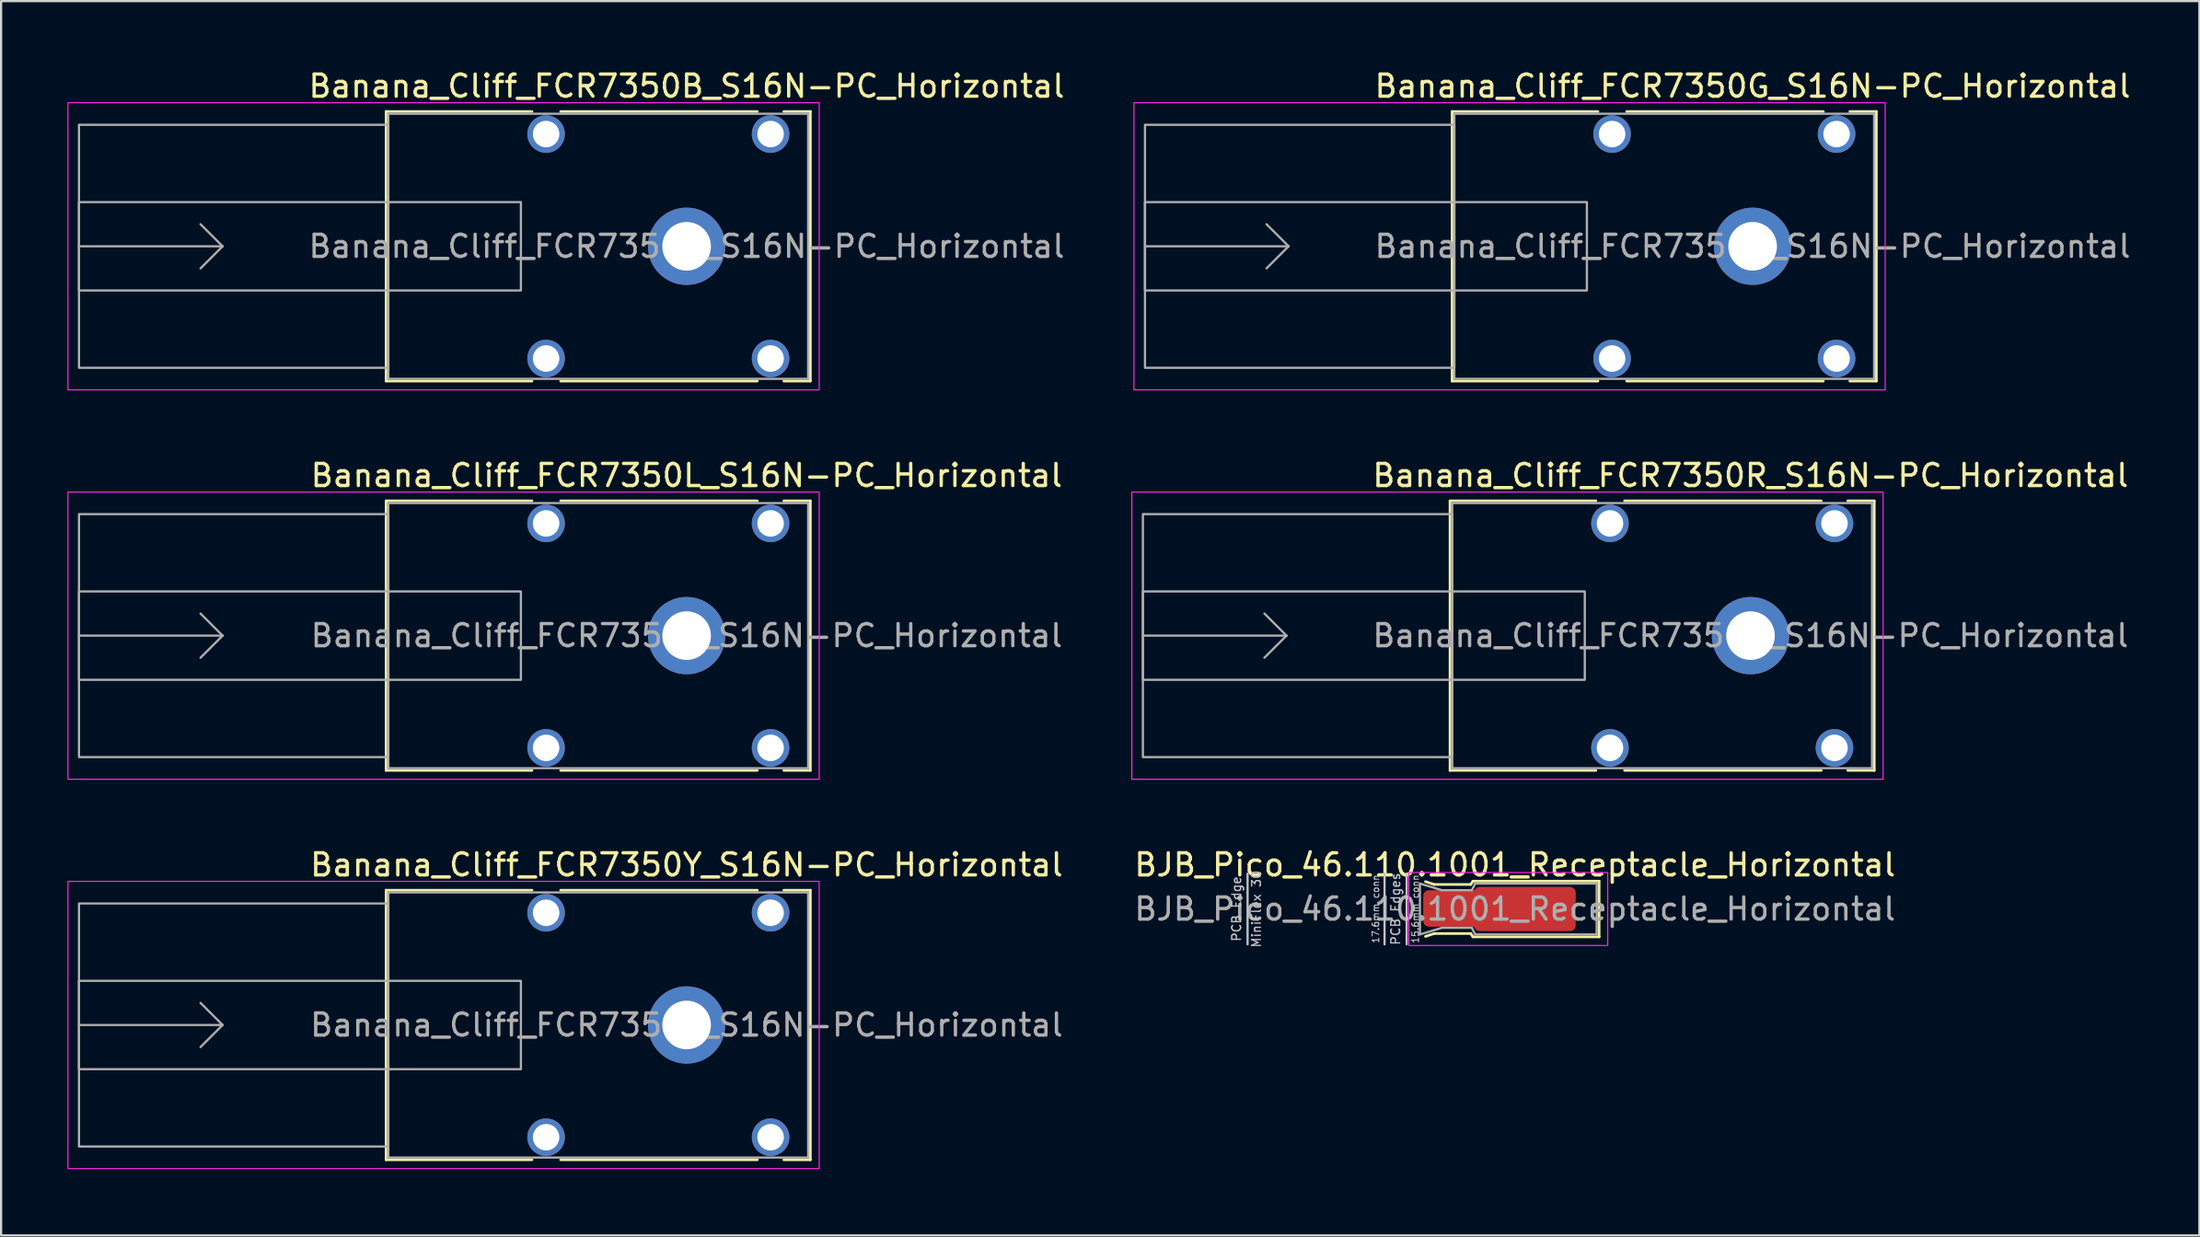
<source format=kicad_pcb>
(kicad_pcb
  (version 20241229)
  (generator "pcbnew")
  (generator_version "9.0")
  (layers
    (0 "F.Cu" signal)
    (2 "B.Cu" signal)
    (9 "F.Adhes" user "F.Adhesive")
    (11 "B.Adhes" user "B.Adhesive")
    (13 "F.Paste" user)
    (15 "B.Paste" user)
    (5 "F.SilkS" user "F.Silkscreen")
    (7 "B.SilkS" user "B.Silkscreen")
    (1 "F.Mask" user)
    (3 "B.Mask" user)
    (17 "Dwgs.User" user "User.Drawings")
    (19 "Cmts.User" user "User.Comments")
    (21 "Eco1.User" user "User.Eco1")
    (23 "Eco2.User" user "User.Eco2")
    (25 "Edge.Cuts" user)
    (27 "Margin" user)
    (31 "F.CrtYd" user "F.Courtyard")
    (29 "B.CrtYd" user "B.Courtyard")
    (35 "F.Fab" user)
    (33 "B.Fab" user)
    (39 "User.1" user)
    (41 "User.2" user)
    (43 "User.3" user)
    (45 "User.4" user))
  (footprint "Banana_Cliff_FCR7350R_S16N-PC_Horizontal"
    (layer "F.Cu")
    (at 76.175 25.721)
    (property "Reference" "Banana_Cliff_FCR7350R_S16N-PC_Horizontal" (at 0 -7.25 0) (layer "F.SilkS") (effects (font (size 1 1) (thickness 0.15))))
    (attr through_hole)
    (fp_line (start -13.6 -6.1) (end -13.6 6.1) (stroke (width 0.12) (type solid)) (layer "F.SilkS"))
    (fp_line (start -13.6 6.1) (end -7 6.1) (stroke (width 0.12) (type solid)) (layer "F.SilkS"))
    (fp_line (start -7 -6.1) (end -13.6 -6.1) (stroke (width 0.12) (type solid)) (layer "F.SilkS"))
    (fp_line (start -5.7 6.1) (end 3.2 6.1) (stroke (width 0.12) (type solid)) (layer "F.SilkS"))
    (fp_line (start 3.2 -6.1) (end -5.7 -6.1) (stroke (width 0.12) (type solid)) (layer "F.SilkS"))
    (fp_line (start 4.4 6.1) (end 5.6 6.1) (stroke (width 0.12) (type solid)) (layer "F.SilkS"))
    (fp_line (start 5.6 -6.1) (end 4.4 -6.1) (stroke (width 0.12) (type solid)) (layer "F.SilkS"))
    (fp_line (start 5.6 6.1) (end 5.6 -6.1) (stroke (width 0.12) (type solid)) (layer "F.SilkS"))
    (fp_rect (start 6 6.5) (end -28 -6.5) (stroke (width 0.05) (type solid)) (fill no) (layer "F.CrtYd"))
    (fp_line (start -27.5 0) (end -21 0) (stroke (width 0.1) (type solid)) (layer "F.Fab"))
    (fp_line (start -21 0) (end -22 -1) (stroke (width 0.1) (type solid)) (layer "F.Fab"))
    (fp_line (start -21 0) (end -22 1) (stroke (width 0.1) (type solid)) (layer "F.Fab"))
    (fp_rect (start -27.5 -2) (end -7.5 2) (stroke (width 0.1) (type solid)) (fill no) (layer "F.Fab"))
    (fp_rect (start -13.5 -6) (end 5.5 6) (stroke (width 0.1) (type solid)) (fill no) (layer "F.Fab"))
    (fp_rect (start -13.5 -5.5) (end -27.5 5.5) (stroke (width 0.1) (type solid)) (fill no) (layer "F.Fab"))
    (fp_text user "${REFERENCE}" (at 0 0 0) (layer "F.Fab") (effects (font (size 1 1) (thickness 0.15))))
    (pad "" np_thru_hole circle (at -6.36 -5.08) (size 1.7 1.7) (drill 1.2) (layers "*.Cu" "*.Mask"))
    (pad "" np_thru_hole circle (at -6.36 5.08) (size 1.7 1.7) (drill 1.2) (layers "*.Cu" "*.Mask"))
    (pad "" np_thru_hole circle (at 3.8 -5.08) (size 1.7 1.7) (drill 1.2) (layers "*.Cu" "*.Mask"))
    (pad "" np_thru_hole circle (at 3.8 5.08) (size 1.7 1.7) (drill 1.2) (layers "*.Cu" "*.Mask"))
    (pad "1" thru_hole circle (at 0 0) (size 3.5 3.5) (drill 2.2) (layers "*.Cu" "*.Mask")))
  (footprint "BJB_Pico_46.110.1001_Receptacle_Horizontal"
    (layer "F.Cu")
    (at 65.513 38.095)
    (property "Reference" "BJB_Pico_46.110.1001_Receptacle_Horizontal" (at 0 -2 0) (layer "F.SilkS") (effects (font (size 1 1) (thickness 0.15))))
    (attr smd)
    (fp_line (start -4.05 -1.24) (end -3.65 -1.11) (stroke (width 0.12) (type default)) (layer "F.SilkS"))
    (fp_line (start -4.05 1.24) (end -3.65 1.11) (stroke (width 0.12) (type default)) (layer "F.SilkS"))
    (fp_line (start -3.65 -1.11) (end -2 -1.11) (stroke (width 0.12) (type default)) (layer "F.SilkS"))
    (fp_line (start -3.65 1.11) (end -2 1.11) (stroke (width 0.12) (type default)) (layer "F.SilkS"))
    (fp_line (start -2 -1.11) (end -1.9 -1.26) (stroke (width 0.12) (type default)) (layer "F.SilkS"))
    (fp_line (start -2 1.11) (end -1.9 1.26) (stroke (width 0.12) (type default)) (layer "F.SilkS"))
    (fp_line (start -1.9 -1.26) (end 3.81 -1.26) (stroke (width 0.12) (type default)) (layer "F.SilkS"))
    (fp_line (start -1.9 1.26) (end 3.81 1.26) (stroke (width 0.12) (type default)) (layer "F.SilkS"))
    (fp_line (start 3.81 -1.26) (end 3.81 1.26) (stroke (width 0.12) (type default)) (layer "F.SilkS"))
    (fp_line (start -12.1 -1.6) (end -12.1 1.6) (stroke (width 0.1) (type default)) (layer "Dwgs.User"))
    (fp_line (start -5.9 -1.6) (end -5.9 1.6) (stroke (width 0.1) (type default)) (layer "Dwgs.User"))
    (fp_line (start -4.9 -1.6) (end -4.9 1.6) (stroke (width 0.1) (type default)) (layer "Dwgs.User"))
    (fp_rect (start -4.8 -1.65) (end 4.2 1.65) (stroke (width 0.05) (type default)) (fill no) (layer "F.CrtYd"))
    (fp_line (start -4.3 -1.15) (end -3.3 -0.85) (stroke (width 0.1) (type default)) (layer "F.Fab"))
    (fp_line (start -4.3 1.15) (end -4.3 -1.15) (stroke (width 0.1) (type default)) (layer "F.Fab"))
    (fp_line (start -4.3 1.15) (end -3.3 0.85) (stroke (width 0.1) (type default)) (layer "F.Fab"))
    (fp_line (start -3.3 -0.85) (end -1.95 -0.85) (stroke (width 0.1) (type default)) (layer "F.Fab"))
    (fp_line (start -3.3 0.85) (end -1.95 0.85) (stroke (width 0.1) (type default)) (layer "F.Fab"))
    (fp_line (start -1.95 -0.85) (end -1.8 -1.15) (stroke (width 0.1) (type default)) (layer "F.Fab"))
    (fp_line (start -1.95 0.85) (end -1.8 1.15) (stroke (width 0.1) (type default)) (layer "F.Fab"))
    (fp_line (start -1.8 -1.15) (end 3.7 -1.15) (stroke (width 0.1) (type default)) (layer "F.Fab"))
    (fp_line (start -1.8 1.15) (end 3.7 1.15) (stroke (width 0.1) (type default)) (layer "F.Fab"))
    (fp_line (start 3.7 -1.15) (end 3.7 1.15) (stroke (width 0.1) (type default)) (layer "F.Fab"))
    (fp_text user "17.6mm conn" (at -6.3 0 90) (unlocked yes) (layer "Dwgs.User") (effects (font (size 0.3 0.3) (thickness 0.045))))
    (fp_text user "15.6mm conn" (at -4.5 0 90) (unlocked yes) (layer "Dwgs.User") (effects (font (size 0.3 0.3) (thickness 0.045))))
    (fp_text user "PCB Edges" (at -5.4 0 90) (unlocked yes) (layer "Dwgs.User") (effects (font (size 0.4 0.4) (thickness 0.06))))
    (fp_text user "PCB Edge" (at -12.6 0 90) (unlocked yes) (layer "Dwgs.User") (effects (font (size 0.4 0.4) (thickness 0.06))))
    (fp_text user "MiniFlex 30" (at -11.7 0 90) (unlocked yes) (layer "Dwgs.User") (effects (font (size 0.4 0.4) (thickness 0.06))))
    (fp_text user "${REFERENCE}" (at 0 0 0) (layer "F.Fab") (effects (font (size 1 1) (thickness 0.15))))
    (pad "" smd roundrect (at -3.1 -0.025) (size 2.1 1.65) (layers "F.Paste") (roundrect_rratio 0.152))
    (pad "" smd roundrect (at -0.7 0) (size 2.3 2) (layers "F.Paste") (roundrect_rratio 0.125))
    (pad "" smd roundrect (at 1.7 0) (size 2.1 2) (layers "F.Paste") (roundrect_rratio 0.125))
    (pad "1" smd roundrect (at -2.6 -0.025) (size 3.1 1.65) (layers "F.Cu" "F.Mask") (roundrect_rratio 0.152))
    (pad "1" smd roundrect (at 0.45 0) (size 4.6 2) (layers "F.Cu" "F.Mask") (roundrect_rratio 0.125)))
  (footprint "Banana_Cliff_FCR7350G_S16N-PC_Horizontal"
    (layer "F.Cu")
    (at 76.27 8.098)
    (property "Reference" "Banana_Cliff_FCR7350G_S16N-PC_Horizontal" (at 0 -7.25 0) (layer "F.SilkS") (effects (font (size 1 1) (thickness 0.15))))
    (attr through_hole)
    (fp_line (start -13.6 -6.1) (end -13.6 6.1) (stroke (width 0.12) (type solid)) (layer "F.SilkS"))
    (fp_line (start -13.6 6.1) (end -7 6.1) (stroke (width 0.12) (type solid)) (layer "F.SilkS"))
    (fp_line (start -7 -6.1) (end -13.6 -6.1) (stroke (width 0.12) (type solid)) (layer "F.SilkS"))
    (fp_line (start -5.7 6.1) (end 3.2 6.1) (stroke (width 0.12) (type solid)) (layer "F.SilkS"))
    (fp_line (start 3.2 -6.1) (end -5.7 -6.1) (stroke (width 0.12) (type solid)) (layer "F.SilkS"))
    (fp_line (start 4.4 6.1) (end 5.6 6.1) (stroke (width 0.12) (type solid)) (layer "F.SilkS"))
    (fp_line (start 5.6 -6.1) (end 4.4 -6.1) (stroke (width 0.12) (type solid)) (layer "F.SilkS"))
    (fp_line (start 5.6 6.1) (end 5.6 -6.1) (stroke (width 0.12) (type solid)) (layer "F.SilkS"))
    (fp_rect (start 6 6.5) (end -28 -6.5) (stroke (width 0.05) (type solid)) (fill no) (layer "F.CrtYd"))
    (fp_line (start -27.5 0) (end -21 0) (stroke (width 0.1) (type solid)) (layer "F.Fab"))
    (fp_line (start -21 0) (end -22 -1) (stroke (width 0.1) (type solid)) (layer "F.Fab"))
    (fp_line (start -21 0) (end -22 1) (stroke (width 0.1) (type solid)) (layer "F.Fab"))
    (fp_rect (start -27.5 -2) (end -7.5 2) (stroke (width 0.1) (type solid)) (fill no) (layer "F.Fab"))
    (fp_rect (start -13.5 -6) (end 5.5 6) (stroke (width 0.1) (type solid)) (fill no) (layer "F.Fab"))
    (fp_rect (start -13.5 -5.5) (end -27.5 5.5) (stroke (width 0.1) (type solid)) (fill no) (layer "F.Fab"))
    (fp_text user "${REFERENCE}" (at 0 0 0) (layer "F.Fab") (effects (font (size 1 1) (thickness 0.15))))
    (pad "" np_thru_hole circle (at -6.36 -5.08) (size 1.7 1.7) (drill 1.2) (layers "*.Cu" "*.Mask"))
    (pad "" np_thru_hole circle (at -6.36 5.08) (size 1.7 1.7) (drill 1.2) (layers "*.Cu" "*.Mask"))
    (pad "" np_thru_hole circle (at 3.8 -5.08) (size 1.7 1.7) (drill 1.2) (layers "*.Cu" "*.Mask"))
    (pad "" np_thru_hole circle (at 3.8 5.08) (size 1.7 1.7) (drill 1.2) (layers "*.Cu" "*.Mask"))
    (pad "1" thru_hole circle (at 0 0) (size 3.5 3.5) (drill 2.2) (layers "*.Cu" "*.Mask")))
  (footprint "Banana_Cliff_FCR7350B_S16N-PC_Horizontal"
    (layer "F.Cu")
    (at 28.025 8.098)
    (property "Reference" "Banana_Cliff_FCR7350B_S16N-PC_Horizontal" (at 0 -7.25 0) (layer "F.SilkS") (effects (font (size 1 1) (thickness 0.15))))
    (attr through_hole)
    (fp_line (start -13.6 -6.1) (end -13.6 6.1) (stroke (width 0.12) (type solid)) (layer "F.SilkS"))
    (fp_line (start -13.6 6.1) (end -7 6.1) (stroke (width 0.12) (type solid)) (layer "F.SilkS"))
    (fp_line (start -7 -6.1) (end -13.6 -6.1) (stroke (width 0.12) (type solid)) (layer "F.SilkS"))
    (fp_line (start -5.7 6.1) (end 3.2 6.1) (stroke (width 0.12) (type solid)) (layer "F.SilkS"))
    (fp_line (start 3.2 -6.1) (end -5.7 -6.1) (stroke (width 0.12) (type solid)) (layer "F.SilkS"))
    (fp_line (start 4.4 6.1) (end 5.6 6.1) (stroke (width 0.12) (type solid)) (layer "F.SilkS"))
    (fp_line (start 5.6 -6.1) (end 4.4 -6.1) (stroke (width 0.12) (type solid)) (layer "F.SilkS"))
    (fp_line (start 5.6 6.1) (end 5.6 -6.1) (stroke (width 0.12) (type solid)) (layer "F.SilkS"))
    (fp_rect (start 6 6.5) (end -28 -6.5) (stroke (width 0.05) (type solid)) (fill no) (layer "F.CrtYd"))
    (fp_line (start -27.5 0) (end -21 0) (stroke (width 0.1) (type solid)) (layer "F.Fab"))
    (fp_line (start -21 0) (end -22 -1) (stroke (width 0.1) (type solid)) (layer "F.Fab"))
    (fp_line (start -21 0) (end -22 1) (stroke (width 0.1) (type solid)) (layer "F.Fab"))
    (fp_rect (start -27.5 -2) (end -7.5 2) (stroke (width 0.1) (type solid)) (fill no) (layer "F.Fab"))
    (fp_rect (start -13.5 -6) (end 5.5 6) (stroke (width 0.1) (type solid)) (fill no) (layer "F.Fab"))
    (fp_rect (start -13.5 -5.5) (end -27.5 5.5) (stroke (width 0.1) (type solid)) (fill no) (layer "F.Fab"))
    (fp_text user "${REFERENCE}" (at 0 0 0) (layer "F.Fab") (effects (font (size 1 1) (thickness 0.15))))
    (pad "" np_thru_hole circle (at -6.36 -5.08) (size 1.7 1.7) (drill 1.2) (layers "*.Cu" "*.Mask"))
    (pad "" np_thru_hole circle (at -6.36 5.08) (size 1.7 1.7) (drill 1.2) (layers "*.Cu" "*.Mask"))
    (pad "" np_thru_hole circle (at 3.8 -5.08) (size 1.7 1.7) (drill 1.2) (layers "*.Cu" "*.Mask"))
    (pad "" np_thru_hole circle (at 3.8 5.08) (size 1.7 1.7) (drill 1.2) (layers "*.Cu" "*.Mask"))
    (pad "1" thru_hole circle (at 0 0) (size 3.5 3.5) (drill 2.2) (layers "*.Cu" "*.Mask")))
  (footprint "Banana_Cliff_FCR7350L_S16N-PC_Horizontal"
    (layer "F.Cu")
    (at 28.025 25.721)
    (property "Reference" "Banana_Cliff_FCR7350L_S16N-PC_Horizontal" (at 0 -7.25 0) (layer "F.SilkS") (effects (font (size 1 1) (thickness 0.15))))
    (attr through_hole)
    (fp_line (start -13.6 -6.1) (end -13.6 6.1) (stroke (width 0.12) (type solid)) (layer "F.SilkS"))
    (fp_line (start -13.6 6.1) (end -7 6.1) (stroke (width 0.12) (type solid)) (layer "F.SilkS"))
    (fp_line (start -7 -6.1) (end -13.6 -6.1) (stroke (width 0.12) (type solid)) (layer "F.SilkS"))
    (fp_line (start -5.7 6.1) (end 3.2 6.1) (stroke (width 0.12) (type solid)) (layer "F.SilkS"))
    (fp_line (start 3.2 -6.1) (end -5.7 -6.1) (stroke (width 0.12) (type solid)) (layer "F.SilkS"))
    (fp_line (start 4.4 6.1) (end 5.6 6.1) (stroke (width 0.12) (type solid)) (layer "F.SilkS"))
    (fp_line (start 5.6 -6.1) (end 4.4 -6.1) (stroke (width 0.12) (type solid)) (layer "F.SilkS"))
    (fp_line (start 5.6 6.1) (end 5.6 -6.1) (stroke (width 0.12) (type solid)) (layer "F.SilkS"))
    (fp_rect (start 6 6.5) (end -28 -6.5) (stroke (width 0.05) (type solid)) (fill no) (layer "F.CrtYd"))
    (fp_line (start -27.5 0) (end -21 0) (stroke (width 0.1) (type solid)) (layer "F.Fab"))
    (fp_line (start -21 0) (end -22 -1) (stroke (width 0.1) (type solid)) (layer "F.Fab"))
    (fp_line (start -21 0) (end -22 1) (stroke (width 0.1) (type solid)) (layer "F.Fab"))
    (fp_rect (start -27.5 -2) (end -7.5 2) (stroke (width 0.1) (type solid)) (fill no) (layer "F.Fab"))
    (fp_rect (start -13.5 -6) (end 5.5 6) (stroke (width 0.1) (type solid)) (fill no) (layer "F.Fab"))
    (fp_rect (start -13.5 -5.5) (end -27.5 5.5) (stroke (width 0.1) (type solid)) (fill no) (layer "F.Fab"))
    (fp_text user "${REFERENCE}" (at 0 0 0) (layer "F.Fab") (effects (font (size 1 1) (thickness 0.15))))
    (pad "" np_thru_hole circle (at -6.36 -5.08) (size 1.7 1.7) (drill 1.2) (layers "*.Cu" "*.Mask"))
    (pad "" np_thru_hole circle (at -6.36 5.08) (size 1.7 1.7) (drill 1.2) (layers "*.Cu" "*.Mask"))
    (pad "" np_thru_hole circle (at 3.8 -5.08) (size 1.7 1.7) (drill 1.2) (layers "*.Cu" "*.Mask"))
    (pad "" np_thru_hole circle (at 3.8 5.08) (size 1.7 1.7) (drill 1.2) (layers "*.Cu" "*.Mask"))
    (pad "1" thru_hole circle (at 0 0) (size 3.5 3.5) (drill 2.2) (layers "*.Cu" "*.Mask")))
  (footprint "Banana_Cliff_FCR7350Y_S16N-PC_Horizontal"
    (layer "F.Cu")
    (at 28.025 43.345)
    (property "Reference" "Banana_Cliff_FCR7350Y_S16N-PC_Horizontal" (at 0 -7.25 0) (layer "F.SilkS") (effects (font (size 1 1) (thickness 0.15))))
    (attr through_hole)
    (fp_line (start -13.6 -6.1) (end -13.6 6.1) (stroke (width 0.12) (type solid)) (layer "F.SilkS"))
    (fp_line (start -13.6 6.1) (end -7 6.1) (stroke (width 0.12) (type solid)) (layer "F.SilkS"))
    (fp_line (start -7 -6.1) (end -13.6 -6.1) (stroke (width 0.12) (type solid)) (layer "F.SilkS"))
    (fp_line (start -5.7 6.1) (end 3.2 6.1) (stroke (width 0.12) (type solid)) (layer "F.SilkS"))
    (fp_line (start 3.2 -6.1) (end -5.7 -6.1) (stroke (width 0.12) (type solid)) (layer "F.SilkS"))
    (fp_line (start 4.4 6.1) (end 5.6 6.1) (stroke (width 0.12) (type solid)) (layer "F.SilkS"))
    (fp_line (start 5.6 -6.1) (end 4.4 -6.1) (stroke (width 0.12) (type solid)) (layer "F.SilkS"))
    (fp_line (start 5.6 6.1) (end 5.6 -6.1) (stroke (width 0.12) (type solid)) (layer "F.SilkS"))
    (fp_rect (start 6 6.5) (end -28 -6.5) (stroke (width 0.05) (type solid)) (fill no) (layer "F.CrtYd"))
    (fp_line (start -27.5 0) (end -21 0) (stroke (width 0.1) (type solid)) (layer "F.Fab"))
    (fp_line (start -21 0) (end -22 -1) (stroke (width 0.1) (type solid)) (layer "F.Fab"))
    (fp_line (start -21 0) (end -22 1) (stroke (width 0.1) (type solid)) (layer "F.Fab"))
    (fp_rect (start -27.5 -2) (end -7.5 2) (stroke (width 0.1) (type solid)) (fill no) (layer "F.Fab"))
    (fp_rect (start -13.5 -6) (end 5.5 6) (stroke (width 0.1) (type solid)) (fill no) (layer "F.Fab"))
    (fp_rect (start -13.5 -5.5) (end -27.5 5.5) (stroke (width 0.1) (type solid)) (fill no) (layer "F.Fab"))
    (fp_text user "${REFERENCE}" (at 0 0 0) (layer "F.Fab") (effects (font (size 1 1) (thickness 0.15))))
    (pad "" np_thru_hole circle (at -6.36 -5.08) (size 1.7 1.7) (drill 1.2) (layers "*.Cu" "*.Mask"))
    (pad "" np_thru_hole circle (at -6.36 5.08) (size 1.7 1.7) (drill 1.2) (layers "*.Cu" "*.Mask"))
    (pad "" np_thru_hole circle (at 3.8 -5.08) (size 1.7 1.7) (drill 1.2) (layers "*.Cu" "*.Mask"))
    (pad "" np_thru_hole circle (at 3.8 5.08) (size 1.7 1.7) (drill 1.2) (layers "*.Cu" "*.Mask"))
    (pad "1" thru_hole circle (at 0 0) (size 3.5 3.5) (drill 2.2) (layers "*.Cu" "*.Mask")))
  (gr_rect
    (start -3 -3)
    (end 96.49 52.87)
    (stroke (width 0.1) (type default))
    (fill no)
    (layer "Edge.Cuts")))
</source>
